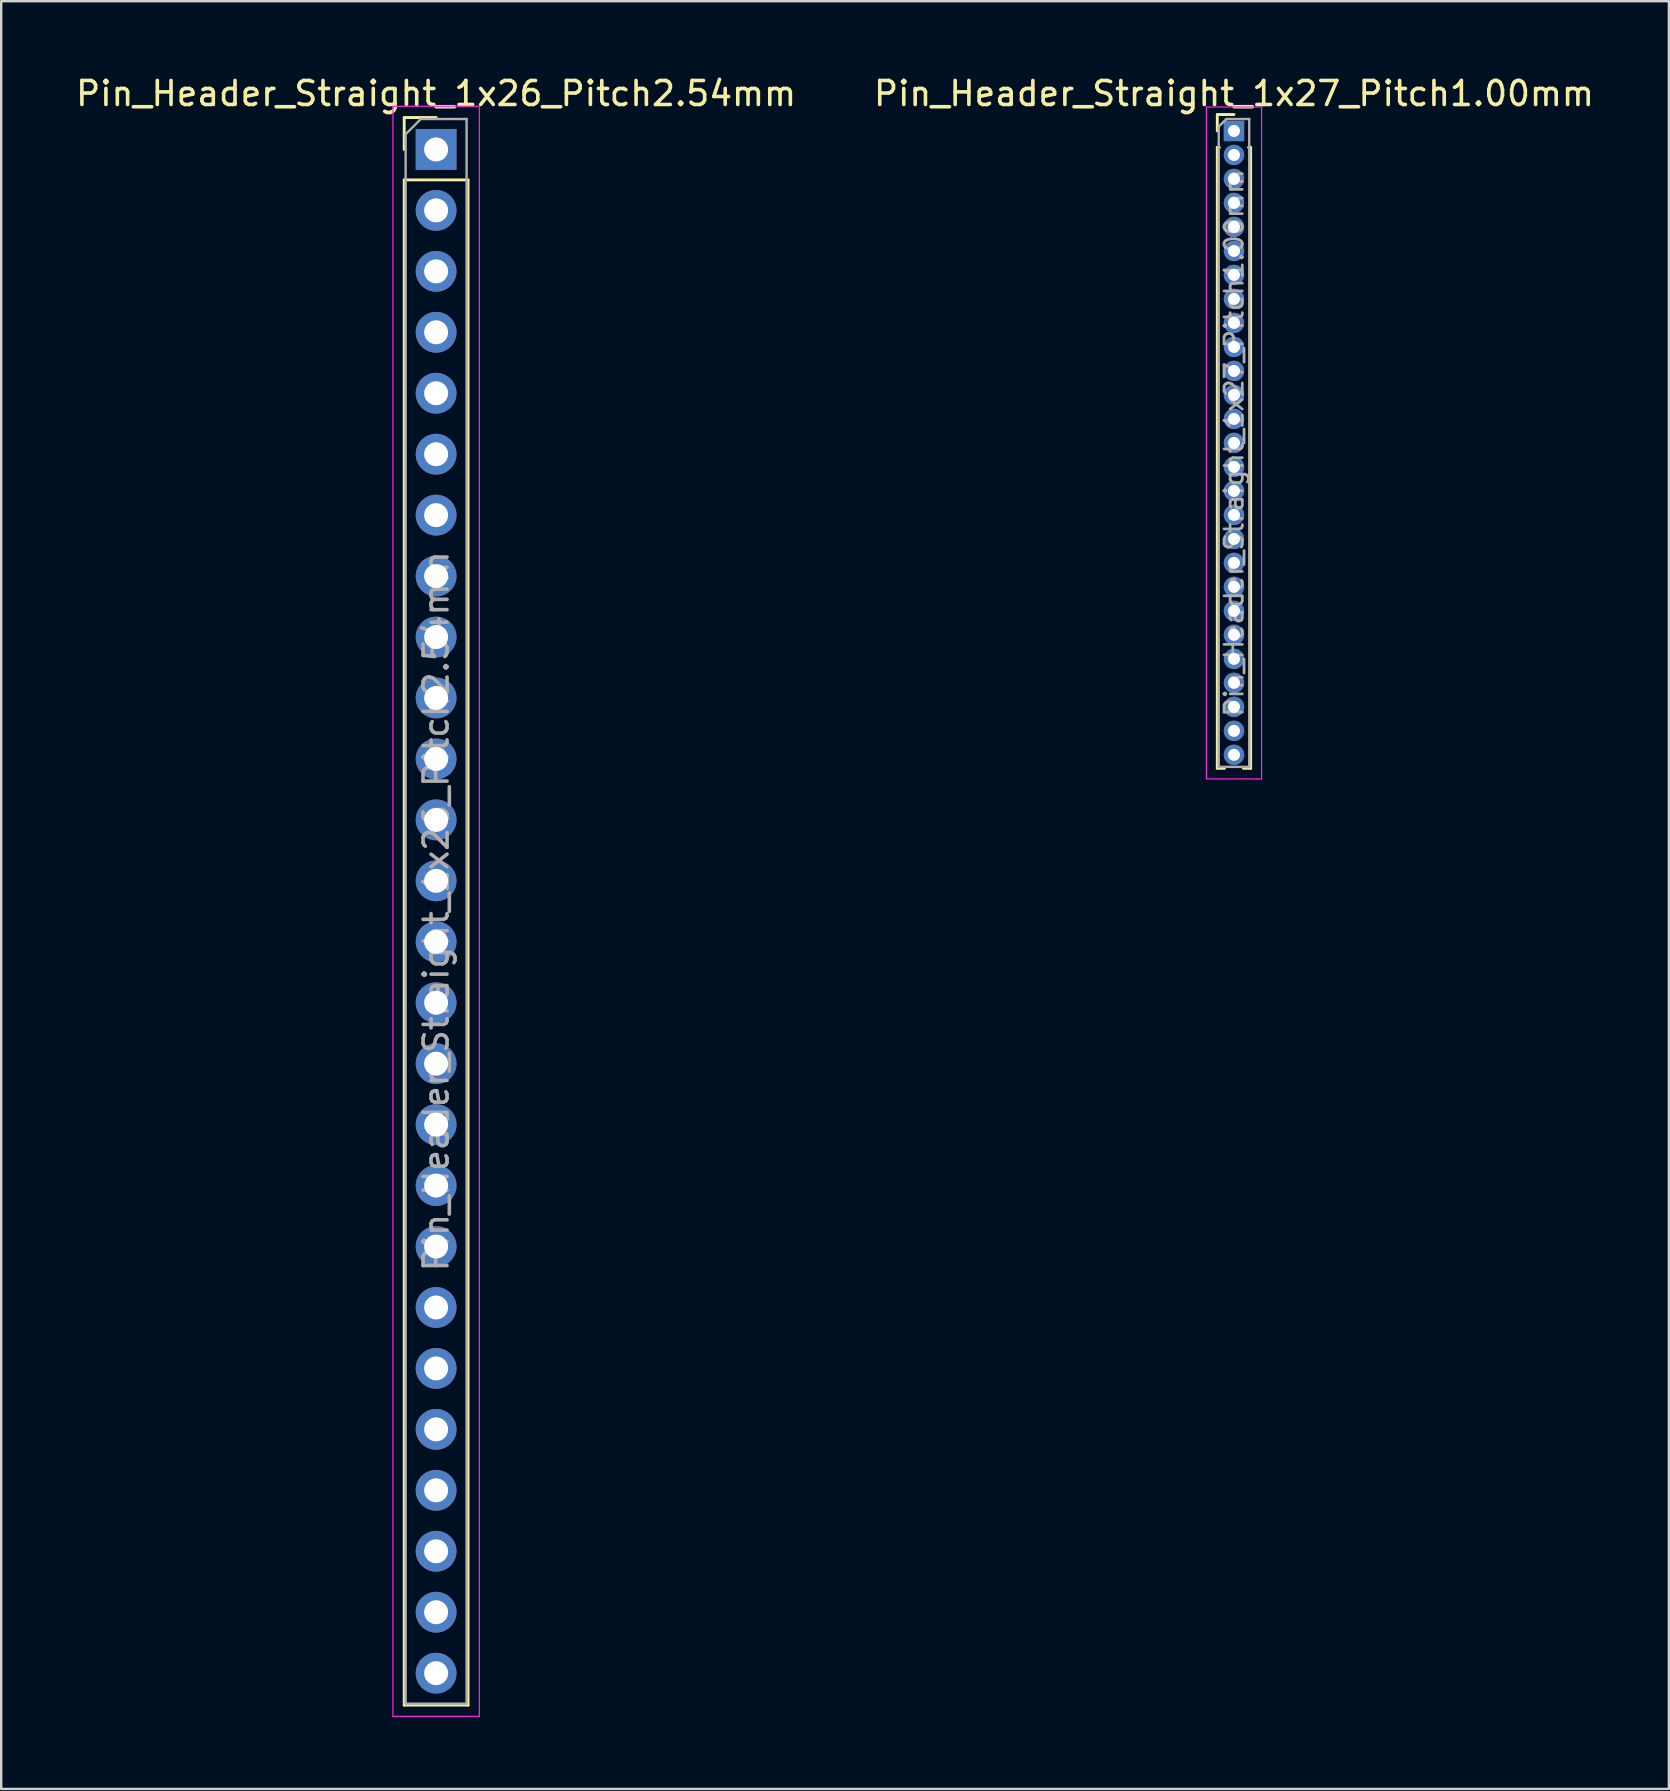
<source format=kicad_pcb>
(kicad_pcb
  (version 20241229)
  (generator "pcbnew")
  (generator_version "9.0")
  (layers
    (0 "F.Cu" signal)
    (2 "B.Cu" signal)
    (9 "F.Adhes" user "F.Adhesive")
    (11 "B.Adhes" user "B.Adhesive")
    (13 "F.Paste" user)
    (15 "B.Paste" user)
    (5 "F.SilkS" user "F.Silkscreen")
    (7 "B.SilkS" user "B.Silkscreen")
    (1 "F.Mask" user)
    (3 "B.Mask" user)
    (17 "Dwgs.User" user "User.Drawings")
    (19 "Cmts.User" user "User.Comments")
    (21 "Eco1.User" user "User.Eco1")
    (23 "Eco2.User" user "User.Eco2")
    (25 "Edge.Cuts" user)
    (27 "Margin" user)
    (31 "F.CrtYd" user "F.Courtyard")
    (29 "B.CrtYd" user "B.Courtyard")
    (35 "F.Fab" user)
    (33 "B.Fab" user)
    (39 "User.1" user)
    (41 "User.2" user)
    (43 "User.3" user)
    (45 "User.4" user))
  (footprint "Pin_Header_Straight_1x27_Pitch1.00mm"
    (layer "F.Cu")
    (at 48.375 2.408)
    (property "Reference" "Pin_Header_Straight_1x27_Pitch1.00mm" (at 0 -1.56 0) (layer "F.SilkS") (effects (font (size 1 1) (thickness 0.15))))
    (attr through_hole)
    (fp_line (start -0.695 -0.685) (end 0 -0.685) (stroke (width 0.12) (type solid)) (layer "F.SilkS"))
    (fp_line (start -0.695 0) (end -0.695 -0.685) (stroke (width 0.12) (type solid)) (layer "F.SilkS"))
    (fp_line (start -0.695 0.685) (end -0.695 26.56) (stroke (width 0.12) (type solid)) (layer "F.SilkS"))
    (fp_line (start -0.695 0.685) (end -0.608 0.685) (stroke (width 0.12) (type solid)) (layer "F.SilkS"))
    (fp_line (start -0.695 26.56) (end -0.394 26.56) (stroke (width 0.12) (type solid)) (layer "F.SilkS"))
    (fp_line (start 0.394 26.56) (end 0.695 26.56) (stroke (width 0.12) (type solid)) (layer "F.SilkS"))
    (fp_line (start 0.608 0.685) (end 0.695 0.685) (stroke (width 0.12) (type solid)) (layer "F.SilkS"))
    (fp_line (start 0.695 0.685) (end 0.695 26.56) (stroke (width 0.12) (type solid)) (layer "F.SilkS"))
    (fp_line (start -1.15 -1) (end -1.15 27) (stroke (width 0.05) (type solid)) (layer "F.CrtYd"))
    (fp_line (start -1.15 27) (end 1.15 27) (stroke (width 0.05) (type solid)) (layer "F.CrtYd"))
    (fp_line (start 1.15 -1) (end -1.15 -1) (stroke (width 0.05) (type solid)) (layer "F.CrtYd"))
    (fp_line (start 1.15 27) (end 1.15 -1) (stroke (width 0.05) (type solid)) (layer "F.CrtYd"))
    (fp_line (start -0.635 -0.182) (end -0.318 -0.5) (stroke (width 0.1) (type solid)) (layer "F.Fab"))
    (fp_line (start -0.635 26.5) (end -0.635 -0.182) (stroke (width 0.1) (type solid)) (layer "F.Fab"))
    (fp_line (start -0.318 -0.5) (end 0.635 -0.5) (stroke (width 0.1) (type solid)) (layer "F.Fab"))
    (fp_line (start 0.635 -0.5) (end 0.635 26.5) (stroke (width 0.1) (type solid)) (layer "F.Fab"))
    (fp_line (start 0.635 26.5) (end -0.635 26.5) (stroke (width 0.1) (type solid)) (layer "F.Fab"))
    (fp_text user "${REFERENCE}" (at 0 13 90) (layer "F.Fab") (effects (font (size 0.76 0.76) (thickness 0.114))))
    (pad "1" thru_hole rect (at 0 0) (size 0.85 0.85) (drill 0.5) (layers "*.Cu" "*.Mask"))
    (pad "2" thru_hole oval (at 0 1) (size 0.85 0.85) (drill 0.5) (layers "*.Cu" "*.Mask"))
    (pad "3" thru_hole oval (at 0 2) (size 0.85 0.85) (drill 0.5) (layers "*.Cu" "*.Mask"))
    (pad "4" thru_hole oval (at 0 3) (size 0.85 0.85) (drill 0.5) (layers "*.Cu" "*.Mask"))
    (pad "5" thru_hole oval (at 0 4) (size 0.85 0.85) (drill 0.5) (layers "*.Cu" "*.Mask"))
    (pad "6" thru_hole oval (at 0 5) (size 0.85 0.85) (drill 0.5) (layers "*.Cu" "*.Mask"))
    (pad "7" thru_hole oval (at 0 6) (size 0.85 0.85) (drill 0.5) (layers "*.Cu" "*.Mask"))
    (pad "8" thru_hole oval (at 0 7) (size 0.85 0.85) (drill 0.5) (layers "*.Cu" "*.Mask"))
    (pad "9" thru_hole oval (at 0 8) (size 0.85 0.85) (drill 0.5) (layers "*.Cu" "*.Mask"))
    (pad "10" thru_hole oval (at 0 9) (size 0.85 0.85) (drill 0.5) (layers "*.Cu" "*.Mask"))
    (pad "11" thru_hole oval (at 0 10) (size 0.85 0.85) (drill 0.5) (layers "*.Cu" "*.Mask"))
    (pad "12" thru_hole oval (at 0 11) (size 0.85 0.85) (drill 0.5) (layers "*.Cu" "*.Mask"))
    (pad "13" thru_hole oval (at 0 12) (size 0.85 0.85) (drill 0.5) (layers "*.Cu" "*.Mask"))
    (pad "14" thru_hole oval (at 0 13) (size 0.85 0.85) (drill 0.5) (layers "*.Cu" "*.Mask"))
    (pad "15" thru_hole oval (at 0 14) (size 0.85 0.85) (drill 0.5) (layers "*.Cu" "*.Mask"))
    (pad "16" thru_hole oval (at 0 15) (size 0.85 0.85) (drill 0.5) (layers "*.Cu" "*.Mask"))
    (pad "17" thru_hole oval (at 0 16) (size 0.85 0.85) (drill 0.5) (layers "*.Cu" "*.Mask"))
    (pad "18" thru_hole oval (at 0 17) (size 0.85 0.85) (drill 0.5) (layers "*.Cu" "*.Mask"))
    (pad "19" thru_hole oval (at 0 18) (size 0.85 0.85) (drill 0.5) (layers "*.Cu" "*.Mask"))
    (pad "20" thru_hole oval (at 0 19) (size 0.85 0.85) (drill 0.5) (layers "*.Cu" "*.Mask"))
    (pad "21" thru_hole oval (at 0 20) (size 0.85 0.85) (drill 0.5) (layers "*.Cu" "*.Mask"))
    (pad "22" thru_hole oval (at 0 21) (size 0.85 0.85) (drill 0.5) (layers "*.Cu" "*.Mask"))
    (pad "23" thru_hole oval (at 0 22) (size 0.85 0.85) (drill 0.5) (layers "*.Cu" "*.Mask"))
    (pad "24" thru_hole oval (at 0 23) (size 0.85 0.85) (drill 0.5) (layers "*.Cu" "*.Mask"))
    (pad "25" thru_hole oval (at 0 24) (size 0.85 0.85) (drill 0.5) (layers "*.Cu" "*.Mask"))
    (pad "26" thru_hole oval (at 0 25) (size 0.85 0.85) (drill 0.5) (layers "*.Cu" "*.Mask"))
    (pad "27" thru_hole oval (at 0 26) (size 0.85 0.85) (drill 0.5) (layers "*.Cu" "*.Mask")))
  (footprint "Pin_Header_Straight_1x26_Pitch2.54mm"
    (layer "F.Cu")
    (at 15.125 3.178)
    (property "Reference" "Pin_Header_Straight_1x26_Pitch2.54mm" (at 0 -2.33 0) (layer "F.SilkS") (effects (font (size 1 1) (thickness 0.15))))
    (attr through_hole)
    (fp_line (start -1.33 -1.33) (end 0 -1.33) (stroke (width 0.12) (type solid)) (layer "F.SilkS"))
    (fp_line (start -1.33 0) (end -1.33 -1.33) (stroke (width 0.12) (type solid)) (layer "F.SilkS"))
    (fp_line (start -1.33 1.27) (end -1.33 64.83) (stroke (width 0.12) (type solid)) (layer "F.SilkS"))
    (fp_line (start -1.33 1.27) (end 1.33 1.27) (stroke (width 0.12) (type solid)) (layer "F.SilkS"))
    (fp_line (start -1.33 64.83) (end 1.33 64.83) (stroke (width 0.12) (type solid)) (layer "F.SilkS"))
    (fp_line (start 1.33 1.27) (end 1.33 64.83) (stroke (width 0.12) (type solid)) (layer "F.SilkS"))
    (fp_line (start -1.8 -1.8) (end -1.8 65.3) (stroke (width 0.05) (type solid)) (layer "F.CrtYd"))
    (fp_line (start -1.8 65.3) (end 1.8 65.3) (stroke (width 0.05) (type solid)) (layer "F.CrtYd"))
    (fp_line (start 1.8 -1.8) (end -1.8 -1.8) (stroke (width 0.05) (type solid)) (layer "F.CrtYd"))
    (fp_line (start 1.8 65.3) (end 1.8 -1.8) (stroke (width 0.05) (type solid)) (layer "F.CrtYd"))
    (fp_line (start -1.27 -0.635) (end -0.635 -1.27) (stroke (width 0.1) (type solid)) (layer "F.Fab"))
    (fp_line (start -1.27 64.77) (end -1.27 -0.635) (stroke (width 0.1) (type solid)) (layer "F.Fab"))
    (fp_line (start -0.635 -1.27) (end 1.27 -1.27) (stroke (width 0.1) (type solid)) (layer "F.Fab"))
    (fp_line (start 1.27 -1.27) (end 1.27 64.77) (stroke (width 0.1) (type solid)) (layer "F.Fab"))
    (fp_line (start 1.27 64.77) (end -1.27 64.77) (stroke (width 0.1) (type solid)) (layer "F.Fab"))
    (fp_text user "${REFERENCE}" (at 0 31.75 90) (layer "F.Fab") (effects (font (size 1 1) (thickness 0.15))))
    (pad "1" thru_hole rect (at 0 0) (size 1.7 1.7) (drill 1) (layers "*.Cu" "*.Mask"))
    (pad "2" thru_hole oval (at 0 2.54) (size 1.7 1.7) (drill 1) (layers "*.Cu" "*.Mask"))
    (pad "3" thru_hole oval (at 0 5.08) (size 1.7 1.7) (drill 1) (layers "*.Cu" "*.Mask"))
    (pad "4" thru_hole oval (at 0 7.62) (size 1.7 1.7) (drill 1) (layers "*.Cu" "*.Mask"))
    (pad "5" thru_hole oval (at 0 10.16) (size 1.7 1.7) (drill 1) (layers "*.Cu" "*.Mask"))
    (pad "6" thru_hole oval (at 0 12.7) (size 1.7 1.7) (drill 1) (layers "*.Cu" "*.Mask"))
    (pad "7" thru_hole oval (at 0 15.24) (size 1.7 1.7) (drill 1) (layers "*.Cu" "*.Mask"))
    (pad "8" thru_hole oval (at 0 17.78) (size 1.7 1.7) (drill 1) (layers "*.Cu" "*.Mask"))
    (pad "9" thru_hole oval (at 0 20.32) (size 1.7 1.7) (drill 1) (layers "*.Cu" "*.Mask"))
    (pad "10" thru_hole oval (at 0 22.86) (size 1.7 1.7) (drill 1) (layers "*.Cu" "*.Mask"))
    (pad "11" thru_hole oval (at 0 25.4) (size 1.7 1.7) (drill 1) (layers "*.Cu" "*.Mask"))
    (pad "12" thru_hole oval (at 0 27.94) (size 1.7 1.7) (drill 1) (layers "*.Cu" "*.Mask"))
    (pad "13" thru_hole oval (at 0 30.48) (size 1.7 1.7) (drill 1) (layers "*.Cu" "*.Mask"))
    (pad "14" thru_hole oval (at 0 33.02) (size 1.7 1.7) (drill 1) (layers "*.Cu" "*.Mask"))
    (pad "15" thru_hole oval (at 0 35.56) (size 1.7 1.7) (drill 1) (layers "*.Cu" "*.Mask"))
    (pad "16" thru_hole oval (at 0 38.1) (size 1.7 1.7) (drill 1) (layers "*.Cu" "*.Mask"))
    (pad "17" thru_hole oval (at 0 40.64) (size 1.7 1.7) (drill 1) (layers "*.Cu" "*.Mask"))
    (pad "18" thru_hole oval (at 0 43.18) (size 1.7 1.7) (drill 1) (layers "*.Cu" "*.Mask"))
    (pad "19" thru_hole oval (at 0 45.72) (size 1.7 1.7) (drill 1) (layers "*.Cu" "*.Mask"))
    (pad "20" thru_hole oval (at 0 48.26) (size 1.7 1.7) (drill 1) (layers "*.Cu" "*.Mask"))
    (pad "21" thru_hole oval (at 0 50.8) (size 1.7 1.7) (drill 1) (layers "*.Cu" "*.Mask"))
    (pad "22" thru_hole oval (at 0 53.34) (size 1.7 1.7) (drill 1) (layers "*.Cu" "*.Mask"))
    (pad "23" thru_hole oval (at 0 55.88) (size 1.7 1.7) (drill 1) (layers "*.Cu" "*.Mask"))
    (pad "24" thru_hole oval (at 0 58.42) (size 1.7 1.7) (drill 1) (layers "*.Cu" "*.Mask"))
    (pad "25" thru_hole oval (at 0 60.96) (size 1.7 1.7) (drill 1) (layers "*.Cu" "*.Mask"))
    (pad "26" thru_hole oval (at 0 63.5) (size 1.7 1.7) (drill 1) (layers "*.Cu" "*.Mask")))
  (gr_rect
    (start -3 -3)
    (end 66.5 71.503)
    (stroke (width 0.1) (type default))
    (fill no)
    (layer "Edge.Cuts")))
</source>
